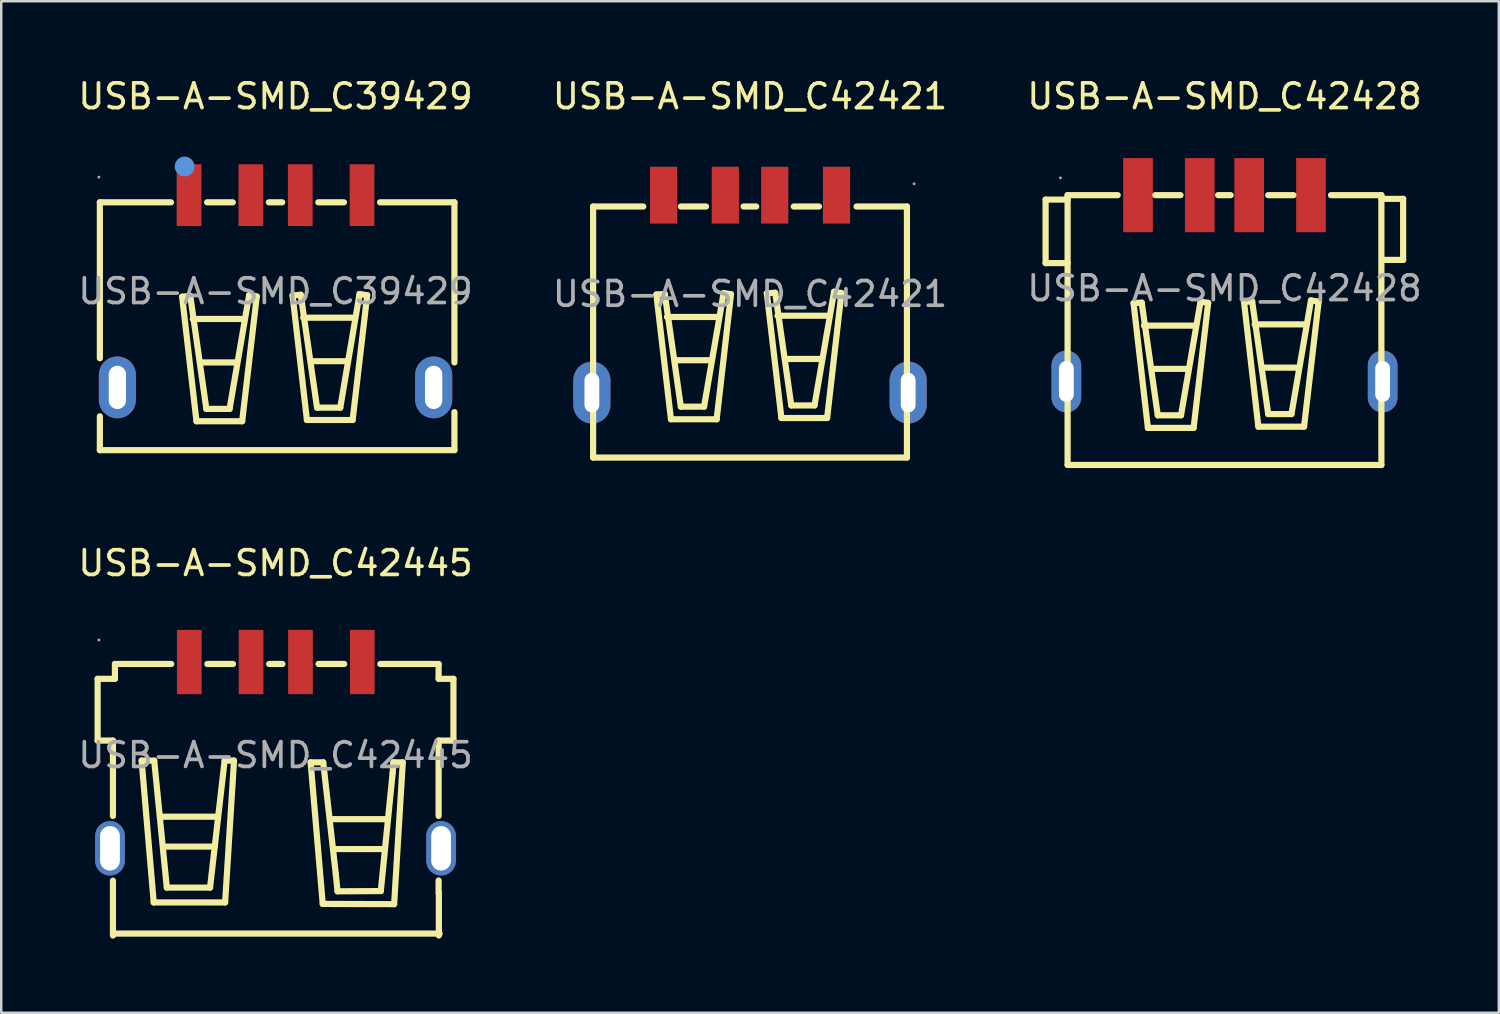
<source format=kicad_pcb>
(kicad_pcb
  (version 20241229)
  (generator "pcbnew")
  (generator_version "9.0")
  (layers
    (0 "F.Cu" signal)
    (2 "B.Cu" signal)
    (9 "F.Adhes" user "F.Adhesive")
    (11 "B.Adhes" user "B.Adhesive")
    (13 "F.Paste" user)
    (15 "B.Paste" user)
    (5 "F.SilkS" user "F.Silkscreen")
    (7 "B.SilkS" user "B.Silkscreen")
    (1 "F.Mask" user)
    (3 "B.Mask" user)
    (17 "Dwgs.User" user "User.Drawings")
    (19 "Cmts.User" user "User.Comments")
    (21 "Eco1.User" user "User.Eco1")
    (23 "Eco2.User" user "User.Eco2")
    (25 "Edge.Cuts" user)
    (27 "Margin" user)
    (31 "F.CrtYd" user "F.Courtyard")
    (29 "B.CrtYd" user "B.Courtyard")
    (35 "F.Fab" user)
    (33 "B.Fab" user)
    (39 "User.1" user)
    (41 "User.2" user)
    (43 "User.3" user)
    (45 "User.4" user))
  (footprint "USB-A-SMD_C42445"
    (layer "F.Cu")
    (at 8.101 27.512)
    (property "Reference" "USB-A-SMD_C42445" (at 0 -7.77 0) (layer "F.SilkS") (effects (font (size 1 1) (thickness 0.15))))
    (attr through_hole)
    (fp_line (start -7.2 -3.09) (end -6.5 -3.09) (stroke (width 0.25) (type solid)) (layer "F.SilkS"))
    (fp_line (start -7.2 -0.59) (end -7.2 -3.09) (stroke (width 0.25) (type solid)) (layer "F.SilkS"))
    (fp_line (start -6.58 -0.59) (end -7.2 -0.59) (stroke (width 0.25) (type solid)) (layer "F.SilkS"))
    (fp_line (start -6.58 2.46) (end -6.58 -0.59) (stroke (width 0.25) (type solid)) (layer "F.SilkS"))
    (fp_line (start -6.58 5.58) (end -6.58 5.08) (stroke (width 0.25) (type solid)) (layer "F.SilkS"))
    (fp_line (start -6.58 5.58) (end -6.58 7.3) (stroke (width 0.25) (type solid)) (layer "F.SilkS"))
    (fp_line (start -6.56 7.22) (end 6.64 7.22) (stroke (width 0.25) (type solid)) (layer "F.SilkS"))
    (fp_line (start -6.5 -3.69) (end -4.22 -3.69) (stroke (width 0.25) (type solid)) (layer "F.SilkS"))
    (fp_line (start -6.5 -3.09) (end -6.5 -3.69) (stroke (width 0.25) (type solid)) (layer "F.SilkS"))
    (fp_line (start -5.42 0.22) (end -4.91 0.22) (stroke (width 0.25) (type solid)) (layer "F.SilkS"))
    (fp_line (start -4.93 5.96) (end -5.42 0.22) (stroke (width 0.25) (type solid)) (layer "F.SilkS"))
    (fp_line (start -4.91 0.22) (end -4.4 5.36) (stroke (width 0.25) (type solid)) (layer "F.SilkS"))
    (fp_line (start -4.63 2.49) (end -2.37 2.49) (stroke (width 0.25) (type solid)) (layer "F.SilkS"))
    (fp_line (start -4.49 3.7) (end -2.46 3.7) (stroke (width 0.25) (type solid)) (layer "F.SilkS"))
    (fp_line (start -4.4 5.36) (end -2.65 5.36) (stroke (width 0.25) (type solid)) (layer "F.SilkS"))
    (fp_line (start -2.76 -3.69) (end -1.72 -3.69) (stroke (width 0.25) (type solid)) (layer "F.SilkS"))
    (fp_line (start -2.65 5.36) (end -2.06 0.22) (stroke (width 0.25) (type solid)) (layer "F.SilkS"))
    (fp_line (start -2.06 0.22) (end -1.68 0.22) (stroke (width 0.25) (type solid)) (layer "F.SilkS"))
    (fp_line (start -2.04 5.96) (end -4.93 5.96) (stroke (width 0.25) (type solid)) (layer "F.SilkS"))
    (fp_line (start -1.68 0.22) (end -2.04 5.96) (stroke (width 0.25) (type solid)) (layer "F.SilkS"))
    (fp_line (start -0.26 -3.69) (end 0.28 -3.69) (stroke (width 0.25) (type solid)) (layer "F.SilkS"))
    (fp_line (start 1.42 0.29) (end 1.93 0.29) (stroke (width 0.25) (type solid)) (layer "F.SilkS"))
    (fp_line (start 1.74 -3.69) (end 2.78 -3.69) (stroke (width 0.25) (type solid)) (layer "F.SilkS"))
    (fp_line (start 1.91 6.02) (end 1.42 0.29) (stroke (width 0.25) (type solid)) (layer "F.SilkS"))
    (fp_line (start 1.93 0.29) (end 2.44 4.83) (stroke (width 0.25) (type solid)) (layer "F.SilkS"))
    (fp_line (start 2.25 2.59) (end 4.51 2.59) (stroke (width 0.25) (type solid)) (layer "F.SilkS"))
    (fp_line (start 2.39 3.8) (end 4.42 3.8) (stroke (width 0.25) (type solid)) (layer "F.SilkS"))
    (fp_line (start 2.44 4.83) (end 2.51 5.51) (stroke (width 0.25) (type solid)) (layer "F.SilkS"))
    (fp_line (start 2.51 5.51) (end 4.26 5.5) (stroke (width 0.25) (type solid)) (layer "F.SilkS"))
    (fp_line (start 4.24 -3.69) (end 6.6 -3.69) (stroke (width 0.25) (type solid)) (layer "F.SilkS"))
    (fp_line (start 4.26 5.5) (end 4.74 0.72) (stroke (width 0.25) (type solid)) (layer "F.SilkS"))
    (fp_line (start 4.74 0.72) (end 4.77 0.29) (stroke (width 0.25) (type solid)) (layer "F.SilkS"))
    (fp_line (start 4.77 0.29) (end 5.15 0.29) (stroke (width 0.25) (type solid)) (layer "F.SilkS"))
    (fp_line (start 4.8 6.03) (end 1.91 6.02) (stroke (width 0.25) (type solid)) (layer "F.SilkS"))
    (fp_line (start 5.15 0.29) (end 4.8 6.03) (stroke (width 0.25) (type solid)) (layer "F.SilkS"))
    (fp_line (start 6.6 -3.69) (end 6.6 -3.09) (stroke (width 0.25) (type solid)) (layer "F.SilkS"))
    (fp_line (start 6.6 -3.09) (end 7.2 -3.09) (stroke (width 0.25) (type solid)) (layer "F.SilkS"))
    (fp_line (start 6.6 -0.59) (end 6.6 2.46) (stroke (width 0.25) (type solid)) (layer "F.SilkS"))
    (fp_line (start 6.6 5.07) (end 6.6 5.57) (stroke (width 0.25) (type solid)) (layer "F.SilkS"))
    (fp_line (start 6.61 5.57) (end 6.61 7.3) (stroke (width 0.25) (type solid)) (layer "F.SilkS"))
    (fp_line (start 7.2 -3.09) (end 7.2 -0.59) (stroke (width 0.25) (type solid)) (layer "F.SilkS"))
    (fp_line (start 7.2 -0.59) (end 6.6 -0.59) (stroke (width 0.25) (type solid)) (layer "F.SilkS"))
    (fp_circle (center -7.15 -4.66) (end -7.12 -4.66) (stroke (width 0.06) (type solid)) (fill no) (layer "F.Fab"))
    (fp_text user "${REFERENCE}" (at 0 0 0) (layer "F.Fab") (effects (font (size 1 1) (thickness 0.15))))
    (pad "1" smd rect (at -3.49 -3.77) (size 1 2.6) (layers "F.Cu" "F.Mask" "F.Paste"))
    (pad "2" smd rect (at -0.99 -3.77) (size 1 2.6) (layers "F.Cu" "F.Mask" "F.Paste"))
    (pad "3" smd rect (at 1.01 -3.77) (size 1 2.6) (layers "F.Cu" "F.Mask" "F.Paste"))
    (pad "4" smd rect (at 3.51 -3.77) (size 1 2.6) (layers "F.Cu" "F.Mask" "F.Paste"))
    (pad "5" thru_hole oval (at -6.7 3.77 270) (size 2.2 1.2) (drill oval 1.8 0.8) (layers "*.Cu" "*.Paste" "*.Mask"))
    (pad "6" thru_hole oval (at 6.7 3.77 90) (size 2.2 1.2) (drill oval 1.8 0.8) (layers "*.Cu" "*.Paste" "*.Mask")))
  (footprint "USB-A-SMD_C42421"
    (layer "F.Cu")
    (at 27.304 8.848)
    (property "Reference" "USB-A-SMD_C42421" (at 0 -8 0) (layer "F.SilkS") (effects (font (size 1 1) (thickness 0.15))))
    (attr through_hole)
    (fp_line (start -6.35 -3.54) (end -6.35 6.62) (stroke (width 0.25) (type solid)) (layer "F.SilkS"))
    (fp_line (start -6.35 6.62) (end 6.35 6.62) (stroke (width 0.25) (type solid)) (layer "F.SilkS"))
    (fp_line (start -4.32 -3.54) (end -6.35 -3.54) (stroke (width 0.25) (type solid)) (layer "F.SilkS"))
    (fp_line (start -3.79 0.02) (end -3.2 5.07) (stroke (width 0.25) (type solid)) (layer "F.SilkS"))
    (fp_line (start -3.45 0) (end -3.79 0.02) (stroke (width 0.25) (type solid)) (layer "F.SilkS"))
    (fp_line (start -3.36 0.93) (end -1.27 0.93) (stroke (width 0.25) (type solid)) (layer "F.SilkS"))
    (fp_line (start -3.2 5.07) (end -1.35 5.07) (stroke (width 0.25) (type solid)) (layer "F.SilkS"))
    (fp_line (start -3.03 2.68) (end -1.58 2.68) (stroke (width 0.25) (type solid)) (layer "F.SilkS"))
    (fp_line (start -2.8 -3.54) (end -1.78 -3.54) (stroke (width 0.25) (type solid)) (layer "F.SilkS"))
    (fp_line (start -2.8 4.56) (end -3.45 0) (stroke (width 0.25) (type solid)) (layer "F.SilkS"))
    (fp_line (start -1.86 4.56) (end -2.8 4.56) (stroke (width 0.25) (type solid)) (layer "F.SilkS"))
    (fp_line (start -1.35 5.07) (end -0.77 0.01) (stroke (width 0.25) (type solid)) (layer "F.SilkS"))
    (fp_line (start -1.07 -0.04) (end -1.86 4.56) (stroke (width 0.25) (type solid)) (layer "F.SilkS"))
    (fp_line (start -0.77 0.01) (end -1.07 -0.04) (stroke (width 0.25) (type solid)) (layer "F.SilkS"))
    (fp_line (start -0.26 -3.54) (end 0.25 -3.54) (stroke (width 0.25) (type solid)) (layer "F.SilkS"))
    (fp_line (start 0.68 -0.03) (end 1.02 -0.05) (stroke (width 0.25) (type solid)) (layer "F.SilkS"))
    (fp_line (start 1.02 -0.05) (end 1.67 4.51) (stroke (width 0.25) (type solid)) (layer "F.SilkS"))
    (fp_line (start 1.11 0.88) (end 3.2 0.88) (stroke (width 0.25) (type solid)) (layer "F.SilkS"))
    (fp_line (start 1.27 5.02) (end 0.68 -0.03) (stroke (width 0.25) (type solid)) (layer "F.SilkS"))
    (fp_line (start 1.44 2.63) (end 2.89 2.63) (stroke (width 0.25) (type solid)) (layer "F.SilkS"))
    (fp_line (start 1.67 4.51) (end 2.61 4.51) (stroke (width 0.25) (type solid)) (layer "F.SilkS"))
    (fp_line (start 2.61 4.51) (end 3.4 -0.09) (stroke (width 0.25) (type solid)) (layer "F.SilkS"))
    (fp_line (start 2.79 -3.54) (end 1.77 -3.54) (stroke (width 0.25) (type solid)) (layer "F.SilkS"))
    (fp_line (start 3.12 5.02) (end 1.27 5.02) (stroke (width 0.25) (type solid)) (layer "F.SilkS"))
    (fp_line (start 3.4 -0.09) (end 3.7 -0.04) (stroke (width 0.25) (type solid)) (layer "F.SilkS"))
    (fp_line (start 3.7 -0.04) (end 3.12 5.02) (stroke (width 0.25) (type solid)) (layer "F.SilkS"))
    (fp_line (start 6.35 -3.54) (end 4.31 -3.54) (stroke (width 0.25) (type solid)) (layer "F.SilkS"))
    (fp_line (start 6.35 6.62) (end 6.35 -3.54) (stroke (width 0.25) (type solid)) (layer "F.SilkS"))
    (fp_circle (center 6.64 -4.46) (end 6.67 -4.46) (stroke (width 0.06) (type solid)) (fill no) (layer "F.Fab"))
    (fp_text user "${REFERENCE}" (at 0 0 0) (layer "F.Fab") (effects (font (size 1 1) (thickness 0.15))))
    (pad "1" smd rect (at 3.5 -4) (size 1.1 2.3) (layers "F.Cu" "F.Mask" "F.Paste"))
    (pad "2" smd rect (at 1 -4) (size 1.1 2.3) (layers "F.Cu" "F.Mask" "F.Paste"))
    (pad "3" smd rect (at -1 -4) (size 1.1 2.3) (layers "F.Cu" "F.Mask" "F.Paste"))
    (pad "4" smd rect (at -3.5 -4) (size 1.1 2.3) (layers "F.Cu" "F.Mask" "F.Paste"))
    (pad "5" thru_hole oval (at 6.4 3.99) (size 1.5 2.5) (drill oval 0.6 1.6) (layers "*.Cu" "*.Paste" "*.Mask"))
    (pad "6" thru_hole oval (at -6.4 3.99) (size 1.5 2.5) (drill oval 0.6 1.6) (layers "*.Cu" "*.Paste" "*.Mask")))
  (footprint "USB-A-SMD_C42428"
    (layer "F.Cu")
    (at 46.506 8.618)
    (property "Reference" "USB-A-SMD_C42428" (at 0 -7.77 0) (layer "F.SilkS") (effects (font (size 1 1) (thickness 0.15))))
    (attr through_hole)
    (fp_line (start -7.24 -3.59) (end -7.24 -1.02) (stroke (width 0.25) (type solid)) (layer "F.SilkS"))
    (fp_line (start -7.24 -1.02) (end -6.35 -1.02) (stroke (width 0.25) (type solid)) (layer "F.SilkS"))
    (fp_line (start -6.35 -3.77) (end -6.35 7.15) (stroke (width 0.25) (type solid)) (layer "F.SilkS"))
    (fp_line (start -6.35 -3.59) (end -7.24 -3.59) (stroke (width 0.25) (type solid)) (layer "F.SilkS"))
    (fp_line (start -6.35 7.15) (end 6.35 7.15) (stroke (width 0.25) (type solid)) (layer "F.SilkS"))
    (fp_line (start -4.32 -3.77) (end -6.35 -3.77) (stroke (width 0.25) (type solid)) (layer "F.SilkS"))
    (fp_line (start -3.68 0.6) (end -3.1 5.65) (stroke (width 0.25) (type solid)) (layer "F.SilkS"))
    (fp_line (start -3.35 0.58) (end -3.68 0.6) (stroke (width 0.25) (type solid)) (layer "F.SilkS"))
    (fp_line (start -3.26 1.51) (end -1.17 1.51) (stroke (width 0.25) (type solid)) (layer "F.SilkS"))
    (fp_line (start -3.1 5.65) (end -1.25 5.65) (stroke (width 0.25) (type solid)) (layer "F.SilkS"))
    (fp_line (start -2.93 3.26) (end -1.48 3.26) (stroke (width 0.25) (type solid)) (layer "F.SilkS"))
    (fp_line (start -2.8 -3.77) (end -1.78 -3.77) (stroke (width 0.25) (type solid)) (layer "F.SilkS"))
    (fp_line (start -2.7 5.14) (end -3.35 0.58) (stroke (width 0.25) (type solid)) (layer "F.SilkS"))
    (fp_line (start -1.76 5.14) (end -2.7 5.14) (stroke (width 0.25) (type solid)) (layer "F.SilkS"))
    (fp_line (start -1.25 5.65) (end -0.66 0.59) (stroke (width 0.25) (type solid)) (layer "F.SilkS"))
    (fp_line (start -0.97 0.54) (end -1.76 5.14) (stroke (width 0.25) (type solid)) (layer "F.SilkS"))
    (fp_line (start -0.66 0.59) (end -0.97 0.54) (stroke (width 0.25) (type solid)) (layer "F.SilkS"))
    (fp_line (start -0.26 -3.77) (end 0.25 -3.77) (stroke (width 0.25) (type solid)) (layer "F.SilkS"))
    (fp_line (start 0.79 0.55) (end 1.12 0.53) (stroke (width 0.25) (type solid)) (layer "F.SilkS"))
    (fp_line (start 1.12 0.53) (end 1.77 5.09) (stroke (width 0.25) (type solid)) (layer "F.SilkS"))
    (fp_line (start 1.22 1.46) (end 3.3 1.46) (stroke (width 0.25) (type solid)) (layer "F.SilkS"))
    (fp_line (start 1.37 5.6) (end 0.79 0.55) (stroke (width 0.25) (type solid)) (layer "F.SilkS"))
    (fp_line (start 1.55 3.21) (end 2.99 3.21) (stroke (width 0.25) (type solid)) (layer "F.SilkS"))
    (fp_line (start 1.77 5.09) (end 2.71 5.09) (stroke (width 0.25) (type solid)) (layer "F.SilkS"))
    (fp_line (start 2.71 5.09) (end 3.5 0.49) (stroke (width 0.25) (type solid)) (layer "F.SilkS"))
    (fp_line (start 2.79 -3.77) (end 1.77 -3.77) (stroke (width 0.25) (type solid)) (layer "F.SilkS"))
    (fp_line (start 3.22 5.6) (end 1.37 5.6) (stroke (width 0.25) (type solid)) (layer "F.SilkS"))
    (fp_line (start 3.5 0.49) (end 3.81 0.54) (stroke (width 0.25) (type solid)) (layer "F.SilkS"))
    (fp_line (start 3.81 0.54) (end 3.22 5.6) (stroke (width 0.25) (type solid)) (layer "F.SilkS"))
    (fp_line (start 6.35 -3.77) (end 4.31 -3.77) (stroke (width 0.25) (type solid)) (layer "F.SilkS"))
    (fp_line (start 6.35 -3.62) (end 7.23 -3.62) (stroke (width 0.25) (type solid)) (layer "F.SilkS"))
    (fp_line (start 6.35 7.15) (end 6.35 -3.77) (stroke (width 0.25) (type solid)) (layer "F.SilkS"))
    (fp_line (start 7.23 -3.62) (end 7.23 -1.15) (stroke (width 0.25) (type solid)) (layer "F.SilkS"))
    (fp_line (start 7.23 -1.15) (end 6.47 -1.15) (stroke (width 0.25) (type solid)) (layer "F.SilkS"))
    (fp_circle (center -6.64 -4.47) (end -6.61 -4.47) (stroke (width 0.06) (type solid)) (fill no) (layer "F.Fab"))
    (fp_text user "${REFERENCE}" (at 0 0 0) (layer "F.Fab") (effects (font (size 1 1) (thickness 0.15))))
    (pad "1" smd rect (at -3.5 -3.77) (size 1.2 3) (layers "F.Cu" "F.Mask" "F.Paste"))
    (pad "2" smd rect (at -1 -3.77) (size 1.2 3) (layers "F.Cu" "F.Mask" "F.Paste"))
    (pad "3" smd rect (at 1 -3.77) (size 1.2 3) (layers "F.Cu" "F.Mask" "F.Paste"))
    (pad "4" smd rect (at 3.5 -3.77) (size 1.2 3) (layers "F.Cu" "F.Mask" "F.Paste"))
    (pad "5" thru_hole oval (at 6.4 3.77) (size 1.2 2.5) (drill oval 0.6 1.65) (layers "*.Cu" "*.Paste" "*.Mask"))
    (pad "6" thru_hole oval (at -6.4 3.77) (size 1.2 2.5) (drill oval 0.6 1.65) (layers "*.Cu" "*.Paste" "*.Mask")))
  (footprint "USB-A-SMD_C39429"
    (layer "F.Cu")
    (at 8.101 8.738)
    (property "Reference" "USB-A-SMD_C39429" (at 0 -7.89 0) (layer "F.SilkS") (effects (font (size 1 1) (thickness 0.15))))
    (attr through_hole)
    (fp_line (start -7.11 -3.6) (end -4.23 -3.6) (stroke (width 0.25) (type solid)) (layer "F.SilkS"))
    (fp_line (start -7.11 2.71) (end -7.11 -3.6) (stroke (width 0.25) (type solid)) (layer "F.SilkS"))
    (fp_line (start -7.11 6.43) (end -7.11 5.06) (stroke (width 0.25) (type solid)) (layer "F.SilkS"))
    (fp_line (start -3.78 0.22) (end -3.2 5.26) (stroke (width 0.25) (type solid)) (layer "F.SilkS"))
    (fp_line (start -3.45 0.19) (end -3.78 0.22) (stroke (width 0.25) (type solid)) (layer "F.SilkS"))
    (fp_line (start -3.35 1.12) (end -1.27 1.12) (stroke (width 0.25) (type solid)) (layer "F.SilkS"))
    (fp_line (start -3.2 5.26) (end -1.35 5.26) (stroke (width 0.25) (type solid)) (layer "F.SilkS"))
    (fp_line (start -3.02 2.88) (end -1.58 2.88) (stroke (width 0.25) (type solid)) (layer "F.SilkS"))
    (fp_line (start -2.8 4.76) (end -3.45 0.19) (stroke (width 0.25) (type solid)) (layer "F.SilkS"))
    (fp_line (start -2.77 -3.6) (end -1.73 -3.6) (stroke (width 0.25) (type solid)) (layer "F.SilkS"))
    (fp_line (start -1.86 4.76) (end -2.8 4.76) (stroke (width 0.25) (type solid)) (layer "F.SilkS"))
    (fp_line (start -1.35 5.26) (end -0.76 0.21) (stroke (width 0.25) (type solid)) (layer "F.SilkS"))
    (fp_line (start -1.07 0.16) (end -1.86 4.76) (stroke (width 0.25) (type solid)) (layer "F.SilkS"))
    (fp_line (start -0.76 0.21) (end -1.07 0.16) (stroke (width 0.25) (type solid)) (layer "F.SilkS"))
    (fp_line (start -0.27 -3.6) (end 0.27 -3.6) (stroke (width 0.25) (type solid)) (layer "F.SilkS"))
    (fp_line (start 0.69 0.17) (end 1.02 0.14) (stroke (width 0.25) (type solid)) (layer "F.SilkS"))
    (fp_line (start 1.02 0.14) (end 1.68 4.71) (stroke (width 0.25) (type solid)) (layer "F.SilkS"))
    (fp_line (start 1.12 1.07) (end 3.2 1.07) (stroke (width 0.25) (type solid)) (layer "F.SilkS"))
    (fp_line (start 1.27 5.21) (end 0.69 0.17) (stroke (width 0.25) (type solid)) (layer "F.SilkS"))
    (fp_line (start 1.45 2.83) (end 2.89 2.83) (stroke (width 0.25) (type solid)) (layer "F.SilkS"))
    (fp_line (start 1.68 4.71) (end 2.62 4.71) (stroke (width 0.25) (type solid)) (layer "F.SilkS"))
    (fp_line (start 1.73 -3.6) (end 2.77 -3.6) (stroke (width 0.25) (type solid)) (layer "F.SilkS"))
    (fp_line (start 2.62 4.71) (end 3.4 0.11) (stroke (width 0.25) (type solid)) (layer "F.SilkS"))
    (fp_line (start 3.12 5.21) (end 1.27 5.21) (stroke (width 0.25) (type solid)) (layer "F.SilkS"))
    (fp_line (start 3.4 0.11) (end 3.71 0.16) (stroke (width 0.25) (type solid)) (layer "F.SilkS"))
    (fp_line (start 3.71 0.16) (end 3.12 5.21) (stroke (width 0.25) (type solid)) (layer "F.SilkS"))
    (fp_line (start 4.23 -3.6) (end 7.24 -3.6) (stroke (width 0.25) (type solid)) (layer "F.SilkS"))
    (fp_line (start 7.24 -3.6) (end 7.24 2.88) (stroke (width 0.25) (type solid)) (layer "F.SilkS"))
    (fp_line (start 7.24 4.89) (end 7.24 6.43) (stroke (width 0.25) (type solid)) (layer "F.SilkS"))
    (fp_line (start 7.24 6.43) (end -7.11 6.43) (stroke (width 0.25) (type solid)) (layer "F.SilkS"))
    (fp_circle (center -3.68 -5.05) (end -3.48 -5.05) (stroke (width 0.4) (type solid)) (fill no) (layer "Cmts.User"))
    (fp_circle (center -7.15 -4.62) (end -7.12 -4.62) (stroke (width 0.06) (type solid)) (fill no) (layer "F.Fab"))
    (fp_text user "${REFERENCE}" (at 0 0 0) (layer "F.Fab") (effects (font (size 1 1) (thickness 0.15))))
    (pad "1" smd rect (at -3.5 -3.89) (size 1 2.5) (layers "F.Cu" "F.Mask" "F.Paste"))
    (pad "2" smd rect (at -1 -3.89) (size 1 2.5) (layers "F.Cu" "F.Mask" "F.Paste"))
    (pad "3" smd rect (at 1 -3.89) (size 1 2.5) (layers "F.Cu" "F.Mask" "F.Paste"))
    (pad "4" smd rect (at 3.5 -3.89) (size 1 2.5) (layers "F.Cu" "F.Mask" "F.Paste"))
    (pad "5" thru_hole oval (at 6.4 3.89) (size 1.5 2.5) (drill oval 0.7 1.75) (layers "*.Cu" "*.Paste" "*.Mask"))
    (pad "6" thru_hole oval (at -6.4 3.89) (size 1.5 2.5) (drill oval 0.7 1.75) (layers "*.Cu" "*.Paste" "*.Mask")))
  (gr_rect
    (start -3 -3)
    (end 57.607 37.937)
    (stroke (width 0.1) (type default))
    (fill no)
    (layer "Edge.Cuts")))
</source>
